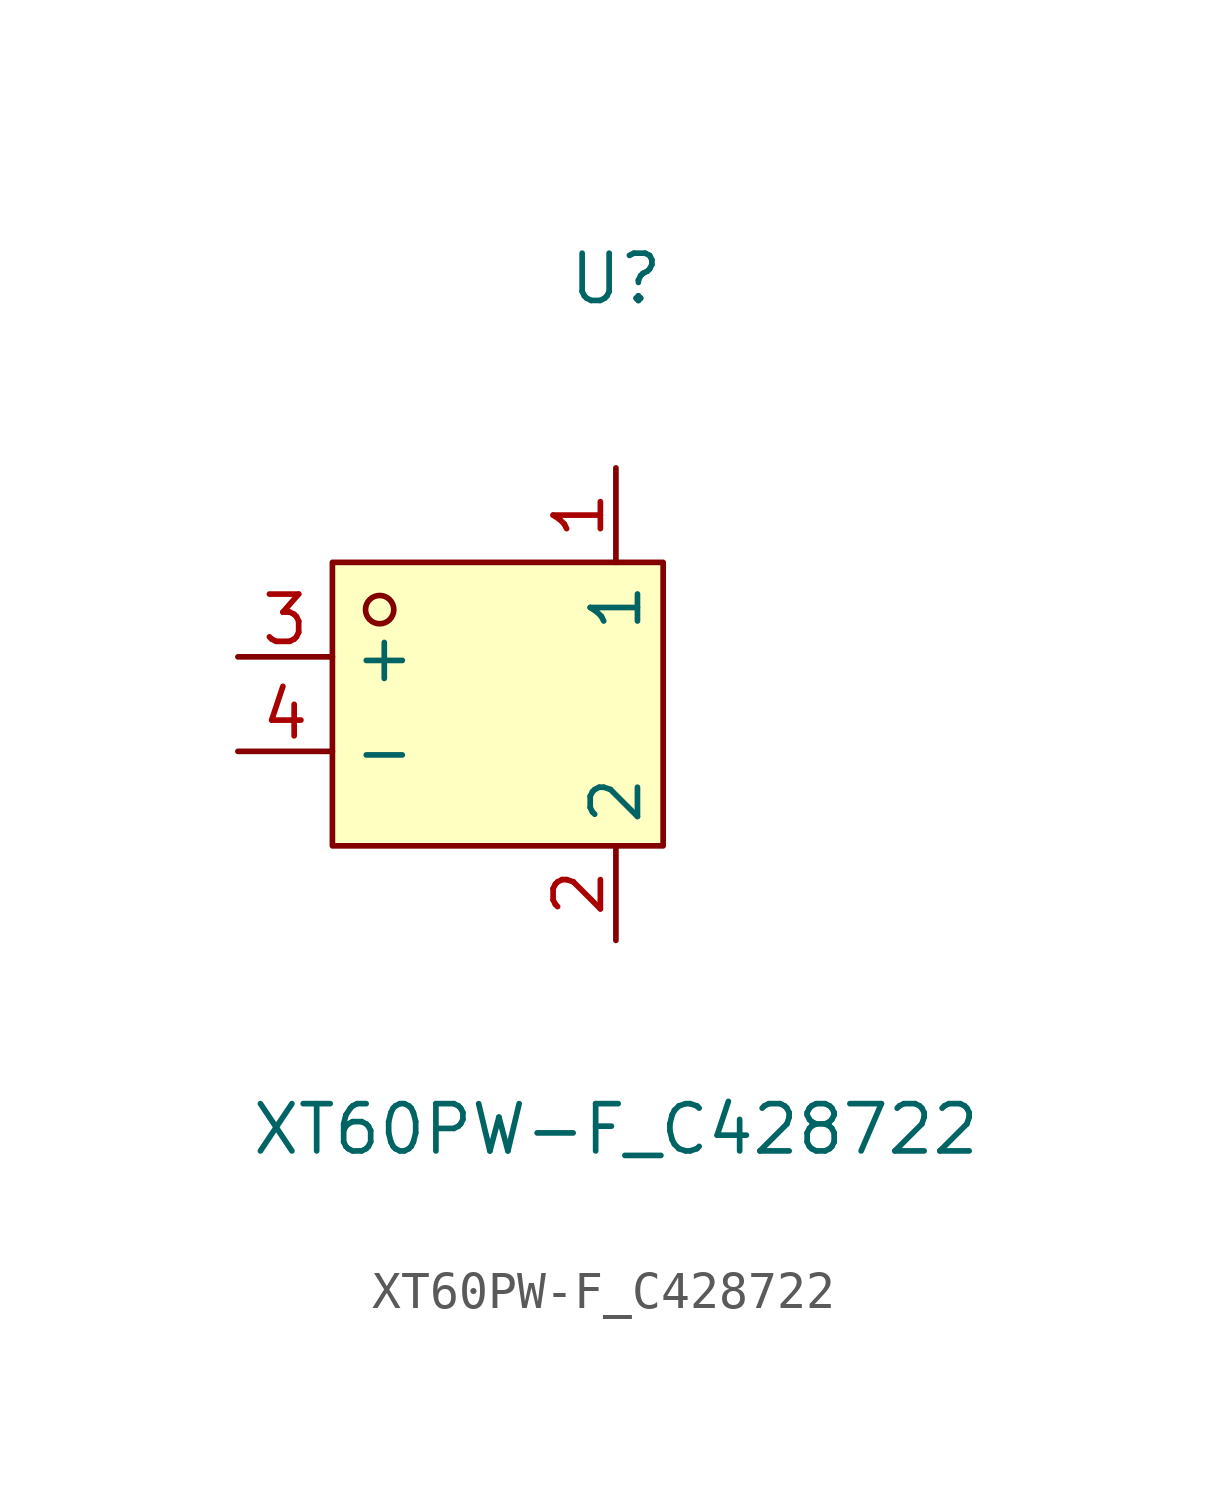
<source format=kicad_sym>
(kicad_symbol_lib
  (version 20241209)
  (generator "kicad_symbol_editor")
  (generator_version "9.0")
  (symbol "XT60PW-F_C428722"
    (property "Reference" "U"
      (at 0 10.16 0)
      (effects (font (size 1.27 1.27))))
    (property "Value" "XT60PW-F_C428722"
      (at 0 -12.7 0)
      (effects (font (size 1.27 1.27))))
    (symbol "XT60PW-F_C428722_0_1"
      (rectangle (start -7.62 2.54) (end 1.27 -5.08) (stroke (width 0) (type default)) (fill (type background)))
      (circle (center -6.35 1.27) (radius 0.38) (stroke (width 0) (type default)) (fill (type none)))
      (pin unspecified line (at -10.16 0 0) (length 2.54) (name "+" (effects (font (size 1.27 1.27)))) (number "3" (effects (font (size 1.27 1.27)))))
      (pin unspecified line (at -10.16 -2.54 0) (length 2.54) (name "-" (effects (font (size 1.27 1.27)))) (number "4" (effects (font (size 1.27 1.27)))))
      (pin unspecified line (at 0 5.08 270) (length 2.54) (name "1" (effects (font (size 1.27 1.27)))) (number "1" (effects (font (size 1.27 1.27)))))
      (pin unspecified line (at 0 -7.62 90) (length 2.54) (name "2" (effects (font (size 1.27 1.27)))) (number "2" (effects (font (size 1.27 1.27))))))))
</source>
